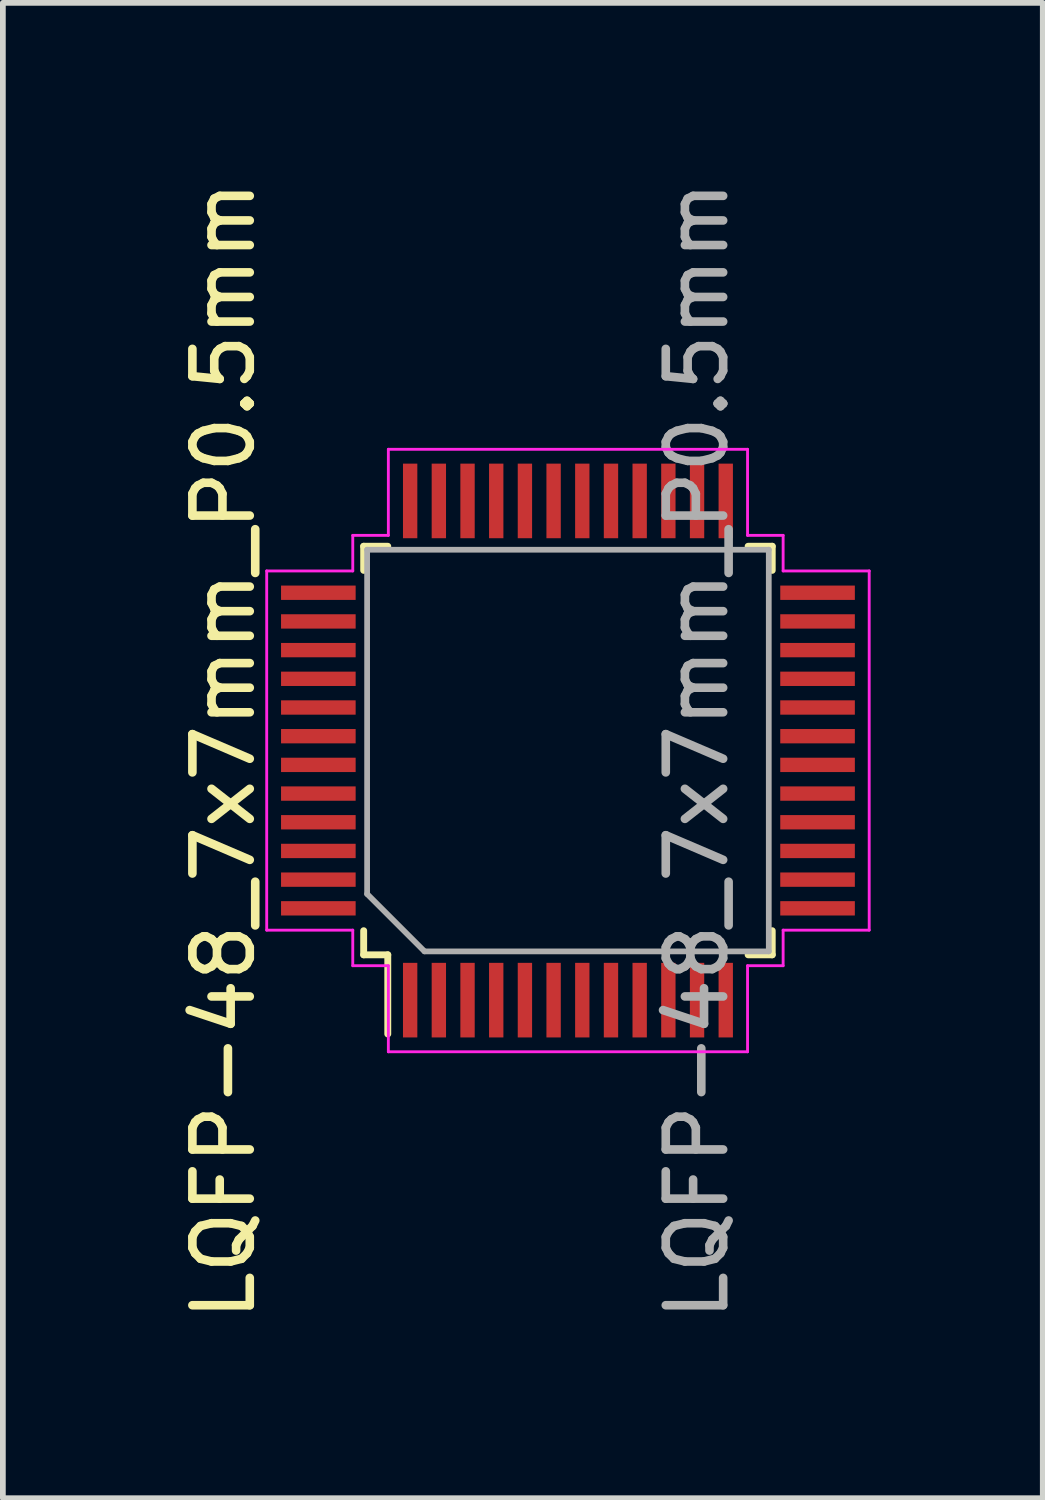
<source format=kicad_pcb>
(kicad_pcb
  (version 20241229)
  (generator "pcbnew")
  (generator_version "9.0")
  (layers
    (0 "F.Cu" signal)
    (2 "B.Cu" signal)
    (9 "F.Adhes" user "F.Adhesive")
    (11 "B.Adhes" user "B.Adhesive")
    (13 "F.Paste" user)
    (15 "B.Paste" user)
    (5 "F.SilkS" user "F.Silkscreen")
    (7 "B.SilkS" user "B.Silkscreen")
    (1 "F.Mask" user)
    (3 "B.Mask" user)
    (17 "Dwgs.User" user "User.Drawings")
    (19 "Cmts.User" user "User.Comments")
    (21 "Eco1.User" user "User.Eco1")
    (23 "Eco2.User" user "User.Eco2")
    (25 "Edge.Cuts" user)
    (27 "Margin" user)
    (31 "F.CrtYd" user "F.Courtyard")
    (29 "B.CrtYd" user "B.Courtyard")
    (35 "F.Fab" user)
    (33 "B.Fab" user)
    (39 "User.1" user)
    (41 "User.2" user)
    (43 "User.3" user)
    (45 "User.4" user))
  (footprint "LQFP-48_7x7mm_P0.5mm"
    (layer "F.Cu")
    (at 6.848 10.03)
    (property "Reference" "LQFP-48_7x7mm_P0.5mm" (at -6 0 90) (layer "F.SilkS") (effects (font (size 1 1) (thickness 0.15))))
    (attr smd)
    (fp_line (start -3.56 -3.56) (end -3.56 -3.14) (stroke (width 0.12) (type solid)) (layer "F.SilkS"))
    (fp_line (start -3.56 -3.56) (end -3.14 -3.56) (stroke (width 0.12) (type solid)) (layer "F.SilkS"))
    (fp_line (start -3.56 3.56) (end -3.56 3.14) (stroke (width 0.12) (type solid)) (layer "F.SilkS"))
    (fp_line (start -3.56 3.56) (end -3.14 3.56) (stroke (width 0.12) (type solid)) (layer "F.SilkS"))
    (fp_line (start -3.14 3.56) (end -3.14 4.94) (stroke (width 0.12) (type solid)) (layer "F.SilkS"))
    (fp_line (start 3.56 -3.56) (end 3.14 -3.56) (stroke (width 0.12) (type solid)) (layer "F.SilkS"))
    (fp_line (start 3.56 -3.56) (end 3.56 -3.14) (stroke (width 0.12) (type solid)) (layer "F.SilkS"))
    (fp_line (start 3.56 3.56) (end 3.14 3.56) (stroke (width 0.12) (type solid)) (layer "F.SilkS"))
    (fp_line (start 3.56 3.56) (end 3.56 3.14) (stroke (width 0.12) (type solid)) (layer "F.SilkS"))
    (fp_line (start -5.25 3.13) (end -5.25 -3.13) (stroke (width 0.05) (type solid)) (layer "F.CrtYd"))
    (fp_line (start -3.75 -3.13) (end -5.25 -3.13) (stroke (width 0.05) (type solid)) (layer "F.CrtYd"))
    (fp_line (start -3.75 -3.13) (end -3.75 -3.75) (stroke (width 0.05) (type solid)) (layer "F.CrtYd"))
    (fp_line (start -3.75 3.13) (end -5.25 3.13) (stroke (width 0.05) (type solid)) (layer "F.CrtYd"))
    (fp_line (start -3.75 3.13) (end -3.75 3.75) (stroke (width 0.05) (type solid)) (layer "F.CrtYd"))
    (fp_line (start -3.13 -5.25) (end 3.13 -5.25) (stroke (width 0.05) (type solid)) (layer "F.CrtYd"))
    (fp_line (start -3.13 -3.75) (end -3.75 -3.75) (stroke (width 0.05) (type solid)) (layer "F.CrtYd"))
    (fp_line (start -3.13 -3.75) (end -3.13 -5.25) (stroke (width 0.05) (type solid)) (layer "F.CrtYd"))
    (fp_line (start -3.13 3.75) (end -3.75 3.75) (stroke (width 0.05) (type solid)) (layer "F.CrtYd"))
    (fp_line (start -3.13 3.75) (end -3.13 5.25) (stroke (width 0.05) (type solid)) (layer "F.CrtYd"))
    (fp_line (start -3.13 5.25) (end 3.13 5.25) (stroke (width 0.05) (type solid)) (layer "F.CrtYd"))
    (fp_line (start 3.13 -3.75) (end 3.13 -5.25) (stroke (width 0.05) (type solid)) (layer "F.CrtYd"))
    (fp_line (start 3.13 -3.75) (end 3.75 -3.75) (stroke (width 0.05) (type solid)) (layer "F.CrtYd"))
    (fp_line (start 3.13 3.75) (end 3.13 5.25) (stroke (width 0.05) (type solid)) (layer "F.CrtYd"))
    (fp_line (start 3.13 3.75) (end 3.75 3.75) (stroke (width 0.05) (type solid)) (layer "F.CrtYd"))
    (fp_line (start 3.75 -3.13) (end 3.75 -3.75) (stroke (width 0.05) (type solid)) (layer "F.CrtYd"))
    (fp_line (start 3.75 3.13) (end 3.75 3.75) (stroke (width 0.05) (type solid)) (layer "F.CrtYd"))
    (fp_line (start 3.75 3.13) (end 5.25 3.13) (stroke (width 0.05) (type solid)) (layer "F.CrtYd"))
    (fp_line (start 5.25 -3.13) (end 3.75 -3.13) (stroke (width 0.05) (type solid)) (layer "F.CrtYd"))
    (fp_line (start 5.25 3.13) (end 5.25 -3.13) (stroke (width 0.05) (type solid)) (layer "F.CrtYd"))
    (fp_line (start -3.5 -3.5) (end 3.5 -3.5) (stroke (width 0.1) (type solid)) (layer "F.Fab"))
    (fp_line (start -3.5 2.5) (end -3.5 -3.5) (stroke (width 0.1) (type solid)) (layer "F.Fab"))
    (fp_line (start -2.5 3.5) (end -3.5 2.5) (stroke (width 0.1) (type solid)) (layer "F.Fab"))
    (fp_line (start 3.5 -3.5) (end 3.5 3.5) (stroke (width 0.1) (type solid)) (layer "F.Fab"))
    (fp_line (start 3.5 3.5) (end -2.5 3.5) (stroke (width 0.1) (type solid)) (layer "F.Fab"))
    (fp_text user "${REFERENCE}" (at 2.25 0 270) (layer "F.Fab") (effects (font (size 1 1) (thickness 0.15))))
    (pad "1" smd rect (at -2.75 4.35 90) (size 1.3 0.25) (layers "F.Cu" "F.Mask" "F.Paste"))
    (pad "2" smd rect (at -2.25 4.35 90) (size 1.3 0.25) (layers "F.Cu" "F.Mask" "F.Paste"))
    (pad "3" smd rect (at -1.75 4.35 90) (size 1.3 0.25) (layers "F.Cu" "F.Mask" "F.Paste"))
    (pad "4" smd rect (at -1.25 4.35 90) (size 1.3 0.25) (layers "F.Cu" "F.Mask" "F.Paste"))
    (pad "5" smd rect (at -0.75 4.35 90) (size 1.3 0.25) (layers "F.Cu" "F.Mask" "F.Paste"))
    (pad "6" smd rect (at -0.25 4.35 90) (size 1.3 0.25) (layers "F.Cu" "F.Mask" "F.Paste"))
    (pad "7" smd rect (at 0.25 4.35 90) (size 1.3 0.25) (layers "F.Cu" "F.Mask" "F.Paste"))
    (pad "8" smd rect (at 0.75 4.35 90) (size 1.3 0.25) (layers "F.Cu" "F.Mask" "F.Paste"))
    (pad "9" smd rect (at 1.25 4.35 90) (size 1.3 0.25) (layers "F.Cu" "F.Mask" "F.Paste"))
    (pad "10" smd rect (at 1.75 4.35 90) (size 1.3 0.25) (layers "F.Cu" "F.Mask" "F.Paste"))
    (pad "11" smd rect (at 2.25 4.35 90) (size 1.3 0.25) (layers "F.Cu" "F.Mask" "F.Paste"))
    (pad "12" smd rect (at 2.75 4.35 90) (size 1.3 0.25) (layers "F.Cu" "F.Mask" "F.Paste"))
    (pad "13" smd rect (at 4.35 2.75 180) (size 1.3 0.25) (layers "F.Cu" "F.Mask" "F.Paste"))
    (pad "14" smd rect (at 4.35 2.25 180) (size 1.3 0.25) (layers "F.Cu" "F.Mask" "F.Paste"))
    (pad "15" smd rect (at 4.35 1.75 180) (size 1.3 0.25) (layers "F.Cu" "F.Mask" "F.Paste"))
    (pad "16" smd rect (at 4.35 1.25 180) (size 1.3 0.25) (layers "F.Cu" "F.Mask" "F.Paste"))
    (pad "17" smd rect (at 4.35 0.75 180) (size 1.3 0.25) (layers "F.Cu" "F.Mask" "F.Paste"))
    (pad "18" smd rect (at 4.35 0.25 180) (size 1.3 0.25) (layers "F.Cu" "F.Mask" "F.Paste"))
    (pad "19" smd rect (at 4.35 -0.25 180) (size 1.3 0.25) (layers "F.Cu" "F.Mask" "F.Paste"))
    (pad "20" smd rect (at 4.35 -0.75 180) (size 1.3 0.25) (layers "F.Cu" "F.Mask" "F.Paste"))
    (pad "21" smd rect (at 4.35 -1.25 180) (size 1.3 0.25) (layers "F.Cu" "F.Mask" "F.Paste"))
    (pad "22" smd rect (at 4.35 -1.75 180) (size 1.3 0.25) (layers "F.Cu" "F.Mask" "F.Paste"))
    (pad "23" smd rect (at 4.35 -2.25 180) (size 1.3 0.25) (layers "F.Cu" "F.Mask" "F.Paste"))
    (pad "24" smd rect (at 4.35 -2.75 180) (size 1.3 0.25) (layers "F.Cu" "F.Mask" "F.Paste"))
    (pad "25" smd rect (at 2.75 -4.35 90) (size 1.3 0.25) (layers "F.Cu" "F.Mask" "F.Paste"))
    (pad "26" smd rect (at 2.25 -4.35 90) (size 1.3 0.25) (layers "F.Cu" "F.Mask" "F.Paste"))
    (pad "27" smd rect (at 1.75 -4.35 90) (size 1.3 0.25) (layers "F.Cu" "F.Mask" "F.Paste"))
    (pad "28" smd rect (at 1.25 -4.35 90) (size 1.3 0.25) (layers "F.Cu" "F.Mask" "F.Paste"))
    (pad "29" smd rect (at 0.75 -4.35 90) (size 1.3 0.25) (layers "F.Cu" "F.Mask" "F.Paste"))
    (pad "30" smd rect (at 0.25 -4.35 90) (size 1.3 0.25) (layers "F.Cu" "F.Mask" "F.Paste"))
    (pad "31" smd rect (at -0.25 -4.35 90) (size 1.3 0.25) (layers "F.Cu" "F.Mask" "F.Paste"))
    (pad "32" smd rect (at -0.75 -4.35 90) (size 1.3 0.25) (layers "F.Cu" "F.Mask" "F.Paste"))
    (pad "33" smd rect (at -1.25 -4.35 90) (size 1.3 0.25) (layers "F.Cu" "F.Mask" "F.Paste"))
    (pad "34" smd rect (at -1.75 -4.35 90) (size 1.3 0.25) (layers "F.Cu" "F.Mask" "F.Paste"))
    (pad "35" smd rect (at -2.25 -4.35 90) (size 1.3 0.25) (layers "F.Cu" "F.Mask" "F.Paste"))
    (pad "36" smd rect (at -2.75 -4.35 90) (size 1.3 0.25) (layers "F.Cu" "F.Mask" "F.Paste"))
    (pad "37" smd rect (at -4.35 -2.75 180) (size 1.3 0.25) (layers "F.Cu" "F.Mask" "F.Paste"))
    (pad "38" smd rect (at -4.35 -2.25 180) (size 1.3 0.25) (layers "F.Cu" "F.Mask" "F.Paste"))
    (pad "39" smd rect (at -4.35 -1.75 180) (size 1.3 0.25) (layers "F.Cu" "F.Mask" "F.Paste"))
    (pad "40" smd rect (at -4.35 -1.25 180) (size 1.3 0.25) (layers "F.Cu" "F.Mask" "F.Paste"))
    (pad "41" smd rect (at -4.35 -0.75 180) (size 1.3 0.25) (layers "F.Cu" "F.Mask" "F.Paste"))
    (pad "42" smd rect (at -4.35 -0.25 180) (size 1.3 0.25) (layers "F.Cu" "F.Mask" "F.Paste"))
    (pad "43" smd rect (at -4.35 0.25 180) (size 1.3 0.25) (layers "F.Cu" "F.Mask" "F.Paste"))
    (pad "44" smd rect (at -4.35 0.75 180) (size 1.3 0.25) (layers "F.Cu" "F.Mask" "F.Paste"))
    (pad "45" smd rect (at -4.35 1.25 180) (size 1.3 0.25) (layers "F.Cu" "F.Mask" "F.Paste"))
    (pad "46" smd rect (at -4.35 1.75 180) (size 1.3 0.25) (layers "F.Cu" "F.Mask" "F.Paste"))
    (pad "47" smd rect (at -4.35 2.25 180) (size 1.3 0.25) (layers "F.Cu" "F.Mask" "F.Paste"))
    (pad "48" smd rect (at -4.35 2.75 180) (size 1.3 0.25) (layers "F.Cu" "F.Mask" "F.Paste")))
  (gr_rect
    (start -3 -3)
    (end 15.123 23.06)
    (stroke (width 0.1) (type default))
    (fill no)
    (layer "Edge.Cuts")))
</source>
